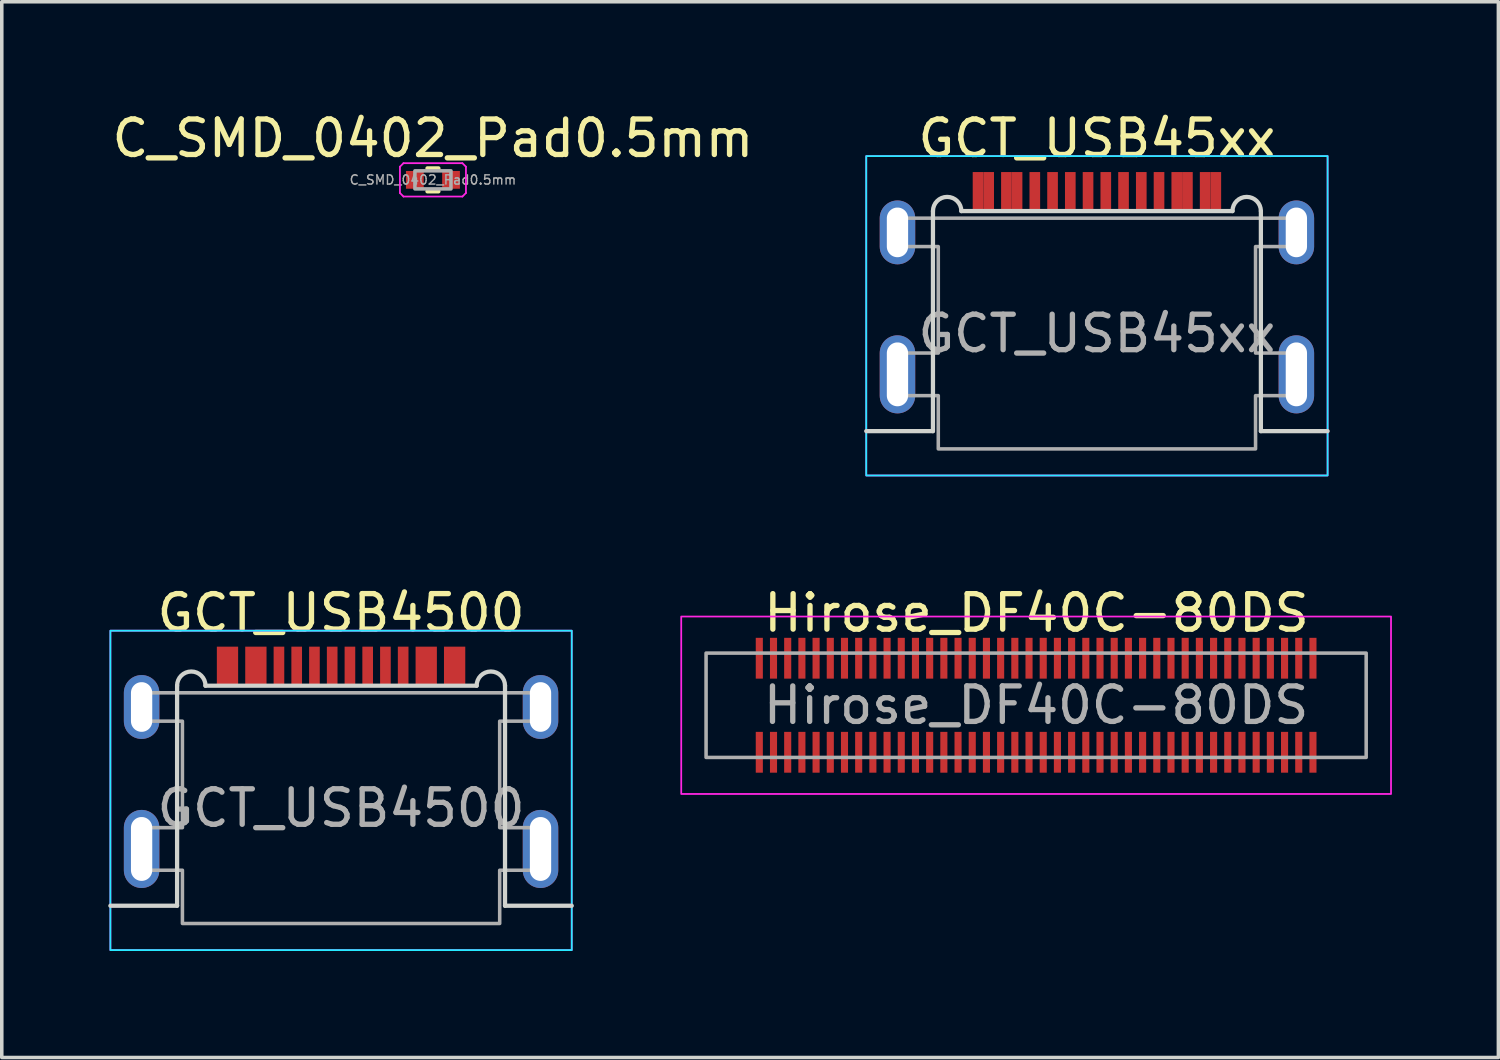
<source format=kicad_pcb>
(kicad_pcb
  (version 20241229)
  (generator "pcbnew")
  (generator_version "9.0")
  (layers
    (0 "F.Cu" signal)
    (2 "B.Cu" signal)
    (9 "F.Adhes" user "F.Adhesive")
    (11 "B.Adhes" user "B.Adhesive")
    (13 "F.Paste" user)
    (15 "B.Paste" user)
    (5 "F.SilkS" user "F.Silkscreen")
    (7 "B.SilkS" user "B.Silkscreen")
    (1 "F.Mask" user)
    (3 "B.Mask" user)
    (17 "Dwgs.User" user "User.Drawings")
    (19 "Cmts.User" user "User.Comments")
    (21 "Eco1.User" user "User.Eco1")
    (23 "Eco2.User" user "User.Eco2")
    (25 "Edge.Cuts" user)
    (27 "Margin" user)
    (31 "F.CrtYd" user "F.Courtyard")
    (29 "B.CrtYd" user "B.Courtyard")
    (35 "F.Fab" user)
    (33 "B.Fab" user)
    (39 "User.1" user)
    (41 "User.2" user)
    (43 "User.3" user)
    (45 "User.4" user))
  (footprint "GCT_USB4500"
    (layer "F.Cu")
    (at 6.56 19.721)
    (property "Reference" "GCT_USB4500" (at 0 -5.5 0) (unlocked yes) (layer "F.SilkS") (effects (font (size 1 1) (thickness 0.15))))
    (attr smd)
    (fp_line (start -4.62 2.75) (end -6.5 2.75) (stroke (width 0.12) (type solid)) (layer "Edge.Cuts"))
    (fp_line (start -4.62 2.75) (end -4.62 -3.45) (stroke (width 0.12) (type solid)) (layer "Edge.Cuts"))
    (fp_line (start -3.82 -3.45) (end 3.82 -3.45) (stroke (width 0.12) (type solid)) (layer "Edge.Cuts"))
    (fp_line (start 4.62 -3.45) (end 4.62 2.75) (stroke (width 0.12) (type solid)) (layer "Edge.Cuts"))
    (fp_line (start 4.62 2.75) (end 6.5 2.75) (stroke (width 0.12) (type solid)) (layer "Edge.Cuts"))
    (fp_arc (start -4.62 -3.45) (mid -4.22 -3.85) (end -3.82 -3.45) (stroke (width 0.12) (type solid)) (layer "Edge.Cuts"))
    (fp_arc (start 3.82 -3.45) (mid 4.22 -3.85) (end 4.62 -3.45) (stroke (width 0.12) (type solid)) (layer "Edge.Cuts"))
    (fp_rect (start -6.5 -5) (end 6.5 4) (stroke (width 0.05) (type solid)) (fill no) (layer "B.CrtYd"))
    (fp_rect (start -6.5 -5) (end 6.5 4) (stroke (width 0.05) (type solid)) (fill no) (layer "F.CrtYd"))
    (fp_poly (pts (xy 5.62 -2.45) (xy 4.47 -2.45) (xy 4.47 0.55) (xy 5.62 0.55) (xy 5.62 1.75) (xy 4.47 1.75) (xy 4.47 3.25) (xy -4.47 3.25) (xy -4.47 1.75) (xy -5.62 1.75) (xy -5.62 0.55) (xy -4.47 0.55) (xy -4.47 -2.45) (xy -5.62 -2.45) (xy -5.62 -3.25) (xy 5.62 -3.25)) (stroke (width 0.1) (type solid)) (fill no) (layer "F.Fab"))
    (fp_text user "${REFERENCE}" (at 0 0 0) (unlocked yes) (layer "F.Fab") (effects (font (size 1 1) (thickness 0.15))))
    (pad "A1" smd rect (at -3.2 -4) (size 0.6 1.1) (layers "F.Cu" "F.Mask" "F.Paste"))
    (pad "A4" smd rect (at -2.4 -4) (size 0.6 1.1) (layers "F.Cu" "F.Mask" "F.Paste"))
    (pad "A5" smd rect (at -1.25 -4) (size 0.3 1.1) (layers "F.Cu" "F.Mask" "F.Paste"))
    (pad "A6" smd rect (at -0.25 -4) (size 0.3 1.1) (layers "F.Cu" "F.Mask" "F.Paste"))
    (pad "A7" smd rect (at 0.25 -4) (size 0.3 1.1) (layers "F.Cu" "F.Mask" "F.Paste"))
    (pad "A8" smd rect (at 1.25 -4) (size 0.3 1.1) (layers "F.Cu" "F.Mask" "F.Paste"))
    (pad "B1" smd rect (at 3.2 -4) (size 0.6 1.1) (layers "F.Cu" "F.Mask" "F.Paste"))
    (pad "B4" smd rect (at 2.4 -4) (size 0.6 1.1) (layers "F.Cu" "F.Mask" "F.Paste"))
    (pad "B5" smd rect (at 1.75 -4) (size 0.3 1.1) (layers "F.Cu" "F.Mask" "F.Paste"))
    (pad "B6" smd rect (at 0.75 -4) (size 0.3 1.1) (layers "F.Cu" "F.Mask" "F.Paste"))
    (pad "B7" smd rect (at -0.75 -4) (size 0.3 1.1) (layers "F.Cu" "F.Mask" "F.Paste"))
    (pad "B8" smd rect (at -1.75 -4) (size 0.3 1.1) (layers "F.Cu" "F.Mask" "F.Paste"))
    (pad "SH" thru_hole oval (at -5.62 -2.85) (size 1 1.8) (drill oval 0.6 1.4) (layers "*.Cu" "*.Mask"))
    (pad "SH" thru_hole oval (at -5.62 1.15) (size 1 2.2) (drill oval 0.6 1.8) (layers "*.Cu" "*.Mask"))
    (pad "SH" thru_hole oval (at 5.62 -2.85) (size 1 1.8) (drill oval 0.6 1.4) (layers "*.Cu" "*.Mask"))
    (pad "SH" thru_hole oval (at 5.62 1.15) (size 1 2.2) (drill oval 0.6 1.8) (layers "*.Cu" "*.Mask")))
  (footprint "C_SMD_0402_Pad0.5mm"
    (layer "F.Cu")
    (at 9.149 2.018)
    (property "Reference" "C_SMD_0402_Pad0.5mm" (at 0 -1.17 0) (layer "F.SilkS") (effects (font (size 1 1) (thickness 0.15))))
    (attr smd)
    (fp_line (start -0.154 -0.324) (end 0.154 -0.324) (stroke (width 0.12) (type solid)) (layer "F.SilkS"))
    (fp_line (start -0.154 0.324) (end 0.154 0.324) (stroke (width 0.12) (type solid)) (layer "F.SilkS"))
    (fp_line (start -0.93 -0.37) (end -0.83 -0.47) (stroke (width 0.05) (type solid)) (layer "F.CrtYd"))
    (fp_line (start -0.93 0.37) (end -0.93 -0.37) (stroke (width 0.05) (type solid)) (layer "F.CrtYd"))
    (fp_line (start -0.83 -0.47) (end 0.83 -0.47) (stroke (width 0.05) (type solid)) (layer "F.CrtYd"))
    (fp_line (start -0.83 0.47) (end -0.93 0.37) (stroke (width 0.05) (type solid)) (layer "F.CrtYd"))
    (fp_line (start 0.83 -0.47) (end 0.93 -0.37) (stroke (width 0.05) (type solid)) (layer "F.CrtYd"))
    (fp_line (start 0.83 0.47) (end -0.83 0.47) (stroke (width 0.05) (type solid)) (layer "F.CrtYd"))
    (fp_line (start 0.93 -0.37) (end 0.93 0.37) (stroke (width 0.05) (type solid)) (layer "F.CrtYd"))
    (fp_line (start 0.93 0.37) (end 0.83 0.47) (stroke (width 0.05) (type solid)) (layer "F.CrtYd"))
    (fp_rect (start -0.508 -0.254) (end 0.508 0.254) (stroke (width 0.1) (type solid)) (fill no) (layer "F.Fab"))
    (fp_text user "${REFERENCE}" (at 0 0 0) (layer "F.Fab") (effects (font (size 0.26 0.26) (thickness 0.04))))
    (pad "1" smd rect (at -0.51 0) (size 0.5 0.5) (layers "F.Cu" "F.Mask" "F.Paste"))
    (pad "2" smd rect (at 0.51 0) (size 0.5 0.5) (layers "F.Cu" "F.Mask" "F.Paste")))
  (footprint "GCT_USB45xx"
    (layer "F.Cu")
    (at 27.858 6.348)
    (property "Reference" "GCT_USB45xx" (at 0 -5.5 0) (unlocked yes) (layer "F.SilkS") (effects (font (size 1 1) (thickness 0.15))))
    (attr smd)
    (fp_line (start -4.62 2.75) (end -6.5 2.75) (stroke (width 0.12) (type solid)) (layer "Edge.Cuts"))
    (fp_line (start -4.62 2.75) (end -4.62 -3.45) (stroke (width 0.12) (type solid)) (layer "Edge.Cuts"))
    (fp_line (start -3.82 -3.45) (end 3.82 -3.45) (stroke (width 0.12) (type solid)) (layer "Edge.Cuts"))
    (fp_line (start 4.62 -3.45) (end 4.62 2.75) (stroke (width 0.12) (type solid)) (layer "Edge.Cuts"))
    (fp_line (start 4.62 2.75) (end 6.5 2.75) (stroke (width 0.12) (type solid)) (layer "Edge.Cuts"))
    (fp_arc (start -4.62 -3.45) (mid -4.22 -3.85) (end -3.82 -3.45) (stroke (width 0.12) (type solid)) (layer "Edge.Cuts"))
    (fp_arc (start 3.82 -3.45) (mid 4.22 -3.85) (end 4.62 -3.45) (stroke (width 0.12) (type solid)) (layer "Edge.Cuts"))
    (fp_rect (start -6.5 -5) (end 6.5 4) (stroke (width 0.05) (type solid)) (fill no) (layer "B.CrtYd"))
    (fp_rect (start -6.5 -5) (end 6.5 4) (stroke (width 0.05) (type solid)) (fill no) (layer "F.CrtYd"))
    (fp_poly (pts (xy 5.62 -2.45) (xy 4.47 -2.45) (xy 4.47 0.55) (xy 5.62 0.55) (xy 5.62 1.75) (xy 4.47 1.75) (xy 4.47 3.25) (xy -4.47 3.25) (xy -4.47 1.75) (xy -5.62 1.75) (xy -5.62 0.55) (xy -4.47 0.55) (xy -4.47 -2.45) (xy -5.62 -2.45) (xy -5.62 -3.25) (xy 5.62 -3.25)) (stroke (width 0.1) (type solid)) (fill no) (layer "F.Fab"))
    (fp_text user "${REFERENCE}" (at 0 0 0) (unlocked yes) (layer "F.Fab") (effects (font (size 1 1) (thickness 0.15))))
    (pad "A1" smd rect (at -3.35 -4) (size 0.3 1.1) (layers "F.Cu" "F.Mask" "F.Paste"))
    (pad "A4" smd rect (at -2.55 -4) (size 0.3 1.1) (layers "F.Cu" "F.Mask" "F.Paste"))
    (pad "A5" smd rect (at -1.25 -4) (size 0.3 1.1) (layers "F.Cu" "F.Mask" "F.Paste"))
    (pad "A6" smd rect (at -0.25 -4) (size 0.3 1.1) (layers "F.Cu" "F.Mask" "F.Paste"))
    (pad "A7" smd rect (at 0.25 -4) (size 0.3 1.1) (layers "F.Cu" "F.Mask" "F.Paste"))
    (pad "A8" smd rect (at 1.25 -4) (size 0.3 1.1) (layers "F.Cu" "F.Mask" "F.Paste"))
    (pad "A9" smd rect (at 2.55 -4) (size 0.3 1.1) (layers "F.Cu" "F.Mask" "F.Paste"))
    (pad "A12" smd rect (at 3.35 -4) (size 0.3 1.1) (layers "F.Cu" "F.Mask" "F.Paste"))
    (pad "B1" smd rect (at 3.05 -4) (size 0.3 1.1) (layers "F.Cu" "F.Mask" "F.Paste"))
    (pad "B4" smd rect (at 2.25 -4) (size 0.3 1.1) (layers "F.Cu" "F.Mask" "F.Paste"))
    (pad "B5" smd rect (at 1.75 -4) (size 0.3 1.1) (layers "F.Cu" "F.Mask" "F.Paste"))
    (pad "B6" smd rect (at 0.75 -4) (size 0.3 1.1) (layers "F.Cu" "F.Mask" "F.Paste"))
    (pad "B7" smd rect (at -0.75 -4) (size 0.3 1.1) (layers "F.Cu" "F.Mask" "F.Paste"))
    (pad "B8" smd rect (at -1.75 -4) (size 0.3 1.1) (layers "F.Cu" "F.Mask" "F.Paste"))
    (pad "B9" smd rect (at -2.25 -4) (size 0.3 1.1) (layers "F.Cu" "F.Mask" "F.Paste"))
    (pad "B12" smd rect (at -3.05 -4) (size 0.3 1.1) (layers "F.Cu" "F.Mask" "F.Paste"))
    (pad "S1" thru_hole oval (at -5.62 -2.85) (size 1 1.8) (drill oval 0.6 1.4) (layers "*.Cu" "*.Mask"))
    (pad "S1" thru_hole oval (at -5.62 1.15) (size 1 2.2) (drill oval 0.6 1.8) (layers "*.Cu" "*.Mask"))
    (pad "S1" thru_hole oval (at 5.62 -2.85) (size 1 1.8) (drill oval 0.6 1.4) (layers "*.Cu" "*.Mask"))
    (pad "S1" thru_hole oval (at 5.62 1.15) (size 1 2.2) (drill oval 0.6 1.8) (layers "*.Cu" "*.Mask")))
  (footprint "Hirose_DF40C-80DS"
    (layer "F.Cu")
    (at 26.145 16.822)
    (property "Reference" "Hirose_DF40C-80DS" (at 0.01 -2.6 0) (unlocked yes) (layer "F.SilkS") (effects (font (size 1 1) (thickness 0.15))))
    (attr smd)
    (fp_rect (start -10 -2.5) (end 10 2.5) (stroke (width 0.05) (type solid)) (fill no) (layer "F.CrtYd"))
    (fp_rect (start -9.3 -1.47) (end 9.3 1.47) (stroke (width 0.1) (type solid)) (fill no) (layer "F.Fab"))
    (fp_text user "${REFERENCE}" (at 0 0 0) (unlocked yes) (layer "F.Fab") (effects (font (size 1 1) (thickness 0.15))))
    (pad "1" smd rect (at -7.8 1.325) (size 0.2 1.15) (layers "F.Cu" "F.Mask" "F.Paste"))
    (pad "2" smd rect (at -7.8 -1.325) (size 0.2 1.15) (layers "F.Cu" "F.Mask" "F.Paste"))
    (pad "3" smd rect (at -7.4 1.325) (size 0.2 1.15) (layers "F.Cu" "F.Mask" "F.Paste"))
    (pad "4" smd rect (at -7.4 -1.325) (size 0.2 1.15) (layers "F.Cu" "F.Mask" "F.Paste"))
    (pad "5" smd rect (at -7 1.325) (size 0.2 1.15) (layers "F.Cu" "F.Mask" "F.Paste"))
    (pad "6" smd rect (at -7 -1.325) (size 0.2 1.15) (layers "F.Cu" "F.Mask" "F.Paste"))
    (pad "7" smd rect (at -6.6 1.325) (size 0.2 1.15) (layers "F.Cu" "F.Mask" "F.Paste"))
    (pad "8" smd rect (at -6.6 -1.325) (size 0.2 1.15) (layers "F.Cu" "F.Mask" "F.Paste"))
    (pad "9" smd rect (at -6.2 1.325) (size 0.2 1.15) (layers "F.Cu" "F.Mask" "F.Paste"))
    (pad "10" smd rect (at -6.2 -1.325) (size 0.2 1.15) (layers "F.Cu" "F.Mask" "F.Paste"))
    (pad "11" smd rect (at -5.8 1.325) (size 0.2 1.15) (layers "F.Cu" "F.Mask" "F.Paste"))
    (pad "12" smd rect (at -5.8 -1.325) (size 0.2 1.15) (layers "F.Cu" "F.Mask" "F.Paste"))
    (pad "13" smd rect (at -5.4 1.325) (size 0.2 1.15) (layers "F.Cu" "F.Mask" "F.Paste"))
    (pad "14" smd rect (at -5.4 -1.325) (size 0.2 1.15) (layers "F.Cu" "F.Mask" "F.Paste"))
    (pad "15" smd rect (at -5 1.325) (size 0.2 1.15) (layers "F.Cu" "F.Mask" "F.Paste"))
    (pad "16" smd rect (at -5 -1.325) (size 0.2 1.15) (layers "F.Cu" "F.Mask" "F.Paste"))
    (pad "17" smd rect (at -4.6 1.325) (size 0.2 1.15) (layers "F.Cu" "F.Mask" "F.Paste"))
    (pad "18" smd rect (at -4.6 -1.325) (size 0.2 1.15) (layers "F.Cu" "F.Mask" "F.Paste"))
    (pad "19" smd rect (at -4.2 1.325) (size 0.2 1.15) (layers "F.Cu" "F.Mask" "F.Paste"))
    (pad "20" smd rect (at -4.2 -1.325) (size 0.2 1.15) (layers "F.Cu" "F.Mask" "F.Paste"))
    (pad "21" smd rect (at -3.8 1.325) (size 0.2 1.15) (layers "F.Cu" "F.Mask" "F.Paste"))
    (pad "22" smd rect (at -3.8 -1.325) (size 0.2 1.15) (layers "F.Cu" "F.Mask" "F.Paste"))
    (pad "23" smd rect (at -3.4 1.325) (size 0.2 1.15) (layers "F.Cu" "F.Mask" "F.Paste"))
    (pad "24" smd rect (at -3.4 -1.325) (size 0.2 1.15) (layers "F.Cu" "F.Mask" "F.Paste"))
    (pad "25" smd rect (at -3 1.325) (size 0.2 1.15) (layers "F.Cu" "F.Mask" "F.Paste"))
    (pad "26" smd rect (at -3 -1.325) (size 0.2 1.15) (layers "F.Cu" "F.Mask" "F.Paste"))
    (pad "27" smd rect (at -2.6 1.325) (size 0.2 1.15) (layers "F.Cu" "F.Mask" "F.Paste"))
    (pad "28" smd rect (at -2.6 -1.325) (size 0.2 1.15) (layers "F.Cu" "F.Mask" "F.Paste"))
    (pad "29" smd rect (at -2.2 1.325) (size 0.2 1.15) (layers "F.Cu" "F.Mask" "F.Paste"))
    (pad "30" smd rect (at -2.2 -1.325) (size 0.2 1.15) (layers "F.Cu" "F.Mask" "F.Paste"))
    (pad "31" smd rect (at -1.8 1.325) (size 0.2 1.15) (layers "F.Cu" "F.Mask" "F.Paste"))
    (pad "32" smd rect (at -1.8 -1.325) (size 0.2 1.15) (layers "F.Cu" "F.Mask" "F.Paste"))
    (pad "33" smd rect (at -1.4 1.325) (size 0.2 1.15) (layers "F.Cu" "F.Mask" "F.Paste"))
    (pad "34" smd rect (at -1.4 -1.325) (size 0.2 1.15) (layers "F.Cu" "F.Mask" "F.Paste"))
    (pad "35" smd rect (at -1 1.325) (size 0.2 1.15) (layers "F.Cu" "F.Mask" "F.Paste"))
    (pad "36" smd rect (at -1 -1.325) (size 0.2 1.15) (layers "F.Cu" "F.Mask" "F.Paste"))
    (pad "37" smd rect (at -0.6 1.325) (size 0.2 1.15) (layers "F.Cu" "F.Mask" "F.Paste"))
    (pad "38" smd rect (at -0.6 -1.325) (size 0.2 1.15) (layers "F.Cu" "F.Mask" "F.Paste"))
    (pad "39" smd rect (at -0.2 1.325) (size 0.2 1.15) (layers "F.Cu" "F.Mask" "F.Paste"))
    (pad "40" smd rect (at -0.2 -1.325) (size 0.2 1.15) (layers "F.Cu" "F.Mask" "F.Paste"))
    (pad "41" smd rect (at 0.2 1.325) (size 0.2 1.15) (layers "F.Cu" "F.Mask" "F.Paste"))
    (pad "42" smd rect (at 0.2 -1.325) (size 0.2 1.15) (layers "F.Cu" "F.Mask" "F.Paste"))
    (pad "43" smd rect (at 0.6 1.325) (size 0.2 1.15) (layers "F.Cu" "F.Mask" "F.Paste"))
    (pad "44" smd rect (at 0.6 -1.325) (size 0.2 1.15) (layers "F.Cu" "F.Mask" "F.Paste"))
    (pad "45" smd rect (at 1 1.325) (size 0.2 1.15) (layers "F.Cu" "F.Mask" "F.Paste"))
    (pad "46" smd rect (at 1 -1.325) (size 0.2 1.15) (layers "F.Cu" "F.Mask" "F.Paste"))
    (pad "47" smd rect (at 1.4 1.325) (size 0.2 1.15) (layers "F.Cu" "F.Mask" "F.Paste"))
    (pad "48" smd rect (at 1.4 -1.325) (size 0.2 1.15) (layers "F.Cu" "F.Mask" "F.Paste"))
    (pad "49" smd rect (at 1.8 1.325) (size 0.2 1.15) (layers "F.Cu" "F.Mask" "F.Paste"))
    (pad "50" smd rect (at 1.8 -1.325) (size 0.2 1.15) (layers "F.Cu" "F.Mask" "F.Paste"))
    (pad "51" smd rect (at 2.2 1.325) (size 0.2 1.15) (layers "F.Cu" "F.Mask" "F.Paste"))
    (pad "52" smd rect (at 2.2 -1.325) (size 0.2 1.15) (layers "F.Cu" "F.Mask" "F.Paste"))
    (pad "53" smd rect (at 2.6 1.325) (size 0.2 1.15) (layers "F.Cu" "F.Mask" "F.Paste"))
    (pad "54" smd rect (at 2.6 -1.325) (size 0.2 1.15) (layers "F.Cu" "F.Mask" "F.Paste"))
    (pad "55" smd rect (at 3 1.325) (size 0.2 1.15) (layers "F.Cu" "F.Mask" "F.Paste"))
    (pad "56" smd rect (at 3 -1.325) (size 0.2 1.15) (layers "F.Cu" "F.Mask" "F.Paste"))
    (pad "57" smd rect (at 3.4 1.325) (size 0.2 1.15) (layers "F.Cu" "F.Mask" "F.Paste"))
    (pad "58" smd rect (at 3.4 -1.325) (size 0.2 1.15) (layers "F.Cu" "F.Mask" "F.Paste"))
    (pad "59" smd rect (at 3.8 1.325) (size 0.2 1.15) (layers "F.Cu" "F.Mask" "F.Paste"))
    (pad "60" smd rect (at 3.8 -1.325) (size 0.2 1.15) (layers "F.Cu" "F.Mask" "F.Paste"))
    (pad "61" smd rect (at 4.2 1.325) (size 0.2 1.15) (layers "F.Cu" "F.Mask" "F.Paste"))
    (pad "62" smd rect (at 4.2 -1.325) (size 0.2 1.15) (layers "F.Cu" "F.Mask" "F.Paste"))
    (pad "63" smd rect (at 4.6 1.325) (size 0.2 1.15) (layers "F.Cu" "F.Mask" "F.Paste"))
    (pad "64" smd rect (at 4.6 -1.325) (size 0.2 1.15) (layers "F.Cu" "F.Mask" "F.Paste"))
    (pad "65" smd rect (at 5 1.325) (size 0.2 1.15) (layers "F.Cu" "F.Mask" "F.Paste"))
    (pad "66" smd rect (at 5 -1.325) (size 0.2 1.15) (layers "F.Cu" "F.Mask" "F.Paste"))
    (pad "67" smd rect (at 5.4 1.325) (size 0.2 1.15) (layers "F.Cu" "F.Mask" "F.Paste"))
    (pad "68" smd rect (at 5.4 -1.325) (size 0.2 1.15) (layers "F.Cu" "F.Mask" "F.Paste"))
    (pad "69" smd rect (at 5.8 1.325) (size 0.2 1.15) (layers "F.Cu" "F.Mask" "F.Paste"))
    (pad "70" smd rect (at 5.8 -1.325) (size 0.2 1.15) (layers "F.Cu" "F.Mask" "F.Paste"))
    (pad "71" smd rect (at 6.2 1.325) (size 0.2 1.15) (layers "F.Cu" "F.Mask" "F.Paste"))
    (pad "72" smd rect (at 6.2 -1.325) (size 0.2 1.15) (layers "F.Cu" "F.Mask" "F.Paste"))
    (pad "73" smd rect (at 6.6 1.325) (size 0.2 1.15) (layers "F.Cu" "F.Mask" "F.Paste"))
    (pad "74" smd rect (at 6.6 -1.325) (size 0.2 1.15) (layers "F.Cu" "F.Mask" "F.Paste"))
    (pad "75" smd rect (at 7 1.325) (size 0.2 1.15) (layers "F.Cu" "F.Mask" "F.Paste"))
    (pad "76" smd rect (at 7 -1.325) (size 0.2 1.15) (layers "F.Cu" "F.Mask" "F.Paste"))
    (pad "77" smd rect (at 7.4 1.325) (size 0.2 1.15) (layers "F.Cu" "F.Mask" "F.Paste"))
    (pad "78" smd rect (at 7.4 -1.325) (size 0.2 1.15) (layers "F.Cu" "F.Mask" "F.Paste"))
    (pad "79" smd rect (at 7.8 1.325) (size 0.2 1.15) (layers "F.Cu" "F.Mask" "F.Paste"))
    (pad "80" smd rect (at 7.8 -1.325) (size 0.2 1.15) (layers "F.Cu" "F.Mask" "F.Paste")))
  (gr_rect
    (start -3 -3)
    (end 39.17 26.747)
    (stroke (width 0.1) (type default))
    (fill no)
    (layer "Edge.Cuts")))
</source>
